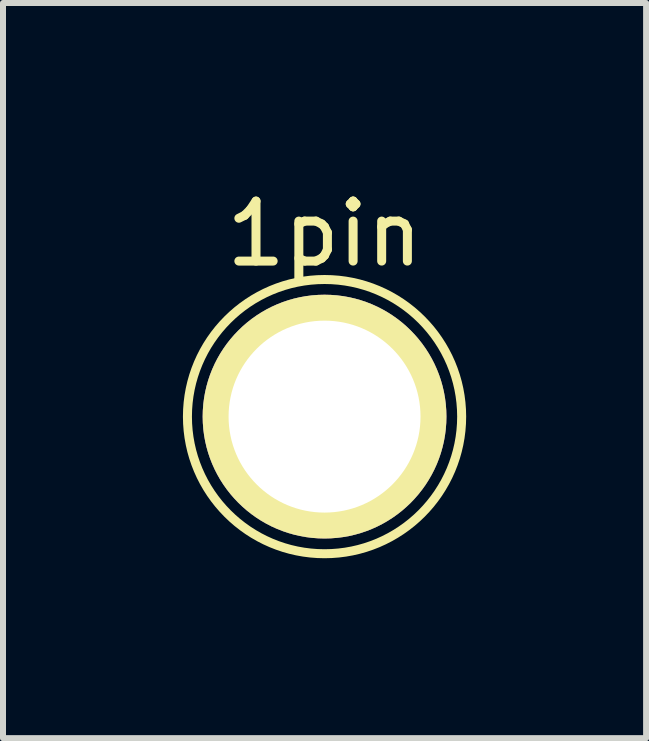
<source format=kicad_pcb>
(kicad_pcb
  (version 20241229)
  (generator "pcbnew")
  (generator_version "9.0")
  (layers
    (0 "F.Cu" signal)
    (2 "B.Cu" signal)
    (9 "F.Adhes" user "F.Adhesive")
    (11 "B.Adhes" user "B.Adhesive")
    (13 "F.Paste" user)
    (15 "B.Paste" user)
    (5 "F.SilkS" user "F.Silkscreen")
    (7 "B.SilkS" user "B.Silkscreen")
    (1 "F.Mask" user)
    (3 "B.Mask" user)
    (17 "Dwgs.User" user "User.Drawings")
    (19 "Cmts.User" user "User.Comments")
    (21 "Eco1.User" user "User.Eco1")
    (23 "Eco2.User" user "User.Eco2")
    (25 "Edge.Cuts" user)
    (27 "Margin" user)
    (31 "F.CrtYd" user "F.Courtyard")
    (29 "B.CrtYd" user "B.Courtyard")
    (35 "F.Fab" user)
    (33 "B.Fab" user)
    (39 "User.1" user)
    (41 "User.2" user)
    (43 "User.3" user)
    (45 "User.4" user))
  (footprint "1pin"
    (layer "F.Cu")
    (at 2.361 3.896)
    (property "Reference" "1pin" (at 0 -3.048 0) (layer "F.SilkS") (effects (font (size 1 1) (thickness 0.15))))
    (attr through_hole)
    (fp_circle (center 0 0) (end 0 -2.286) (stroke (width 0.15) (type solid)) (fill no) (layer "F.SilkS"))
    (pad "1" thru_hole circle (at 0 0) (size 4.064 4.064) (drill 3.2) (layers "*.Cu" "*.Mask" "F.SilkS")))
  (gr_rect
    (start -3 -3)
    (end 7.722 9.257)
    (stroke (width 0.1) (type default))
    (fill no)
    (layer "Edge.Cuts")))
</source>
